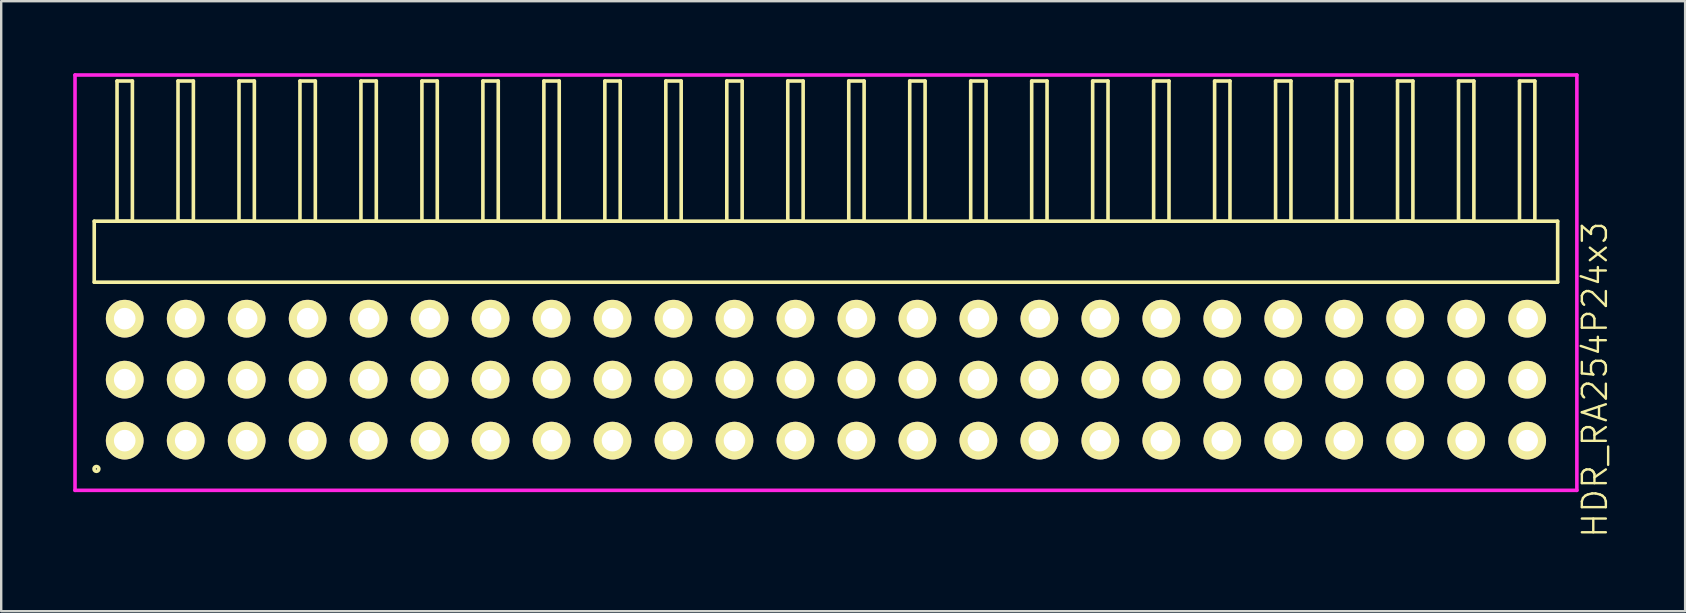
<source format=kicad_pcb>
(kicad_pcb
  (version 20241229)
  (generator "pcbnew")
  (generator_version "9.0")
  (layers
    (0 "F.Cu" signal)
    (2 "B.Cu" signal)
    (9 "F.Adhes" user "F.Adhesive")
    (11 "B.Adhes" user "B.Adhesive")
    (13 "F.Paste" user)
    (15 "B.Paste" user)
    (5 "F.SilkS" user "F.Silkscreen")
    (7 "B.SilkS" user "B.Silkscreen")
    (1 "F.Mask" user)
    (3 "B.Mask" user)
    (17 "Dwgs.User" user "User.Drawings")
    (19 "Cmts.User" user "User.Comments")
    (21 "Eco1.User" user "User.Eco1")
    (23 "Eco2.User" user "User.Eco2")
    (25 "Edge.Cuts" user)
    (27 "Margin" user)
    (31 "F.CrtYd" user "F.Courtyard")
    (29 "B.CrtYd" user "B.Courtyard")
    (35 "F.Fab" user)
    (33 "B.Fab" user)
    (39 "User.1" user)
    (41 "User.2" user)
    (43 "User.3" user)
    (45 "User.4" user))
  (footprint "HDR_RA254P24x3"
    (layer "F.Cu")
    (at 31.355 12.765)
    (property "Reference" "HDR_RA254P24x3" (at 32.03 0 90) (layer "F.SilkS") (effects (font (size 1 1) (thickness 0.1))))
    (attr through_hole)
    (fp_line (start -30.48 -6.6) (end -30.48 -4.06) (stroke (width 0.15) (type solid)) (layer "F.SilkS"))
    (fp_line (start -30.48 -4.06) (end 30.48 -4.06) (stroke (width 0.15) (type solid)) (layer "F.SilkS"))
    (fp_line (start -29.53 -12.44) (end -29.53 -6.6) (stroke (width 0.15) (type solid)) (layer "F.SilkS"))
    (fp_line (start -29.53 -6.6) (end -28.89 -6.6) (stroke (width 0.15) (type solid)) (layer "F.SilkS"))
    (fp_line (start -28.89 -12.44) (end -29.53 -12.44) (stroke (width 0.15) (type solid)) (layer "F.SilkS"))
    (fp_line (start -28.89 -6.6) (end -28.89 -12.44) (stroke (width 0.15) (type solid)) (layer "F.SilkS"))
    (fp_line (start -26.99 -12.44) (end -26.99 -6.6) (stroke (width 0.15) (type solid)) (layer "F.SilkS"))
    (fp_line (start -26.99 -6.6) (end -26.35 -6.6) (stroke (width 0.15) (type solid)) (layer "F.SilkS"))
    (fp_line (start -26.35 -12.44) (end -26.99 -12.44) (stroke (width 0.15) (type solid)) (layer "F.SilkS"))
    (fp_line (start -26.35 -6.6) (end -26.35 -12.44) (stroke (width 0.15) (type solid)) (layer "F.SilkS"))
    (fp_line (start -24.45 -12.44) (end -24.45 -6.6) (stroke (width 0.15) (type solid)) (layer "F.SilkS"))
    (fp_line (start -24.45 -6.6) (end -23.81 -6.6) (stroke (width 0.15) (type solid)) (layer "F.SilkS"))
    (fp_line (start -23.81 -12.44) (end -24.45 -12.44) (stroke (width 0.15) (type solid)) (layer "F.SilkS"))
    (fp_line (start -23.81 -6.6) (end -23.81 -12.44) (stroke (width 0.15) (type solid)) (layer "F.SilkS"))
    (fp_line (start -21.91 -12.44) (end -21.91 -6.6) (stroke (width 0.15) (type solid)) (layer "F.SilkS"))
    (fp_line (start -21.91 -6.6) (end -21.27 -6.6) (stroke (width 0.15) (type solid)) (layer "F.SilkS"))
    (fp_line (start -21.27 -12.44) (end -21.91 -12.44) (stroke (width 0.15) (type solid)) (layer "F.SilkS"))
    (fp_line (start -21.27 -6.6) (end -21.27 -12.44) (stroke (width 0.15) (type solid)) (layer "F.SilkS"))
    (fp_line (start -19.37 -12.44) (end -19.37 -6.6) (stroke (width 0.15) (type solid)) (layer "F.SilkS"))
    (fp_line (start -19.37 -6.6) (end -18.73 -6.6) (stroke (width 0.15) (type solid)) (layer "F.SilkS"))
    (fp_line (start -18.73 -12.44) (end -19.37 -12.44) (stroke (width 0.15) (type solid)) (layer "F.SilkS"))
    (fp_line (start -18.73 -6.6) (end -18.73 -12.44) (stroke (width 0.15) (type solid)) (layer "F.SilkS"))
    (fp_line (start -16.83 -12.44) (end -16.83 -6.6) (stroke (width 0.15) (type solid)) (layer "F.SilkS"))
    (fp_line (start -16.83 -6.6) (end -16.19 -6.6) (stroke (width 0.15) (type solid)) (layer "F.SilkS"))
    (fp_line (start -16.19 -12.44) (end -16.83 -12.44) (stroke (width 0.15) (type solid)) (layer "F.SilkS"))
    (fp_line (start -16.19 -6.6) (end -16.19 -12.44) (stroke (width 0.15) (type solid)) (layer "F.SilkS"))
    (fp_line (start -14.29 -12.44) (end -14.29 -6.6) (stroke (width 0.15) (type solid)) (layer "F.SilkS"))
    (fp_line (start -14.29 -6.6) (end -13.65 -6.6) (stroke (width 0.15) (type solid)) (layer "F.SilkS"))
    (fp_line (start -13.65 -12.44) (end -14.29 -12.44) (stroke (width 0.15) (type solid)) (layer "F.SilkS"))
    (fp_line (start -13.65 -6.6) (end -13.65 -12.44) (stroke (width 0.15) (type solid)) (layer "F.SilkS"))
    (fp_line (start -11.75 -12.44) (end -11.75 -6.6) (stroke (width 0.15) (type solid)) (layer "F.SilkS"))
    (fp_line (start -11.75 -6.6) (end -11.11 -6.6) (stroke (width 0.15) (type solid)) (layer "F.SilkS"))
    (fp_line (start -11.11 -12.44) (end -11.75 -12.44) (stroke (width 0.15) (type solid)) (layer "F.SilkS"))
    (fp_line (start -11.11 -6.6) (end -11.11 -12.44) (stroke (width 0.15) (type solid)) (layer "F.SilkS"))
    (fp_line (start -9.21 -12.44) (end -9.21 -6.6) (stroke (width 0.15) (type solid)) (layer "F.SilkS"))
    (fp_line (start -9.21 -6.6) (end -8.57 -6.6) (stroke (width 0.15) (type solid)) (layer "F.SilkS"))
    (fp_line (start -8.57 -12.44) (end -9.21 -12.44) (stroke (width 0.15) (type solid)) (layer "F.SilkS"))
    (fp_line (start -8.57 -6.6) (end -8.57 -12.44) (stroke (width 0.15) (type solid)) (layer "F.SilkS"))
    (fp_line (start -6.67 -12.44) (end -6.67 -6.6) (stroke (width 0.15) (type solid)) (layer "F.SilkS"))
    (fp_line (start -6.67 -6.6) (end -6.03 -6.6) (stroke (width 0.15) (type solid)) (layer "F.SilkS"))
    (fp_line (start -6.03 -12.44) (end -6.67 -12.44) (stroke (width 0.15) (type solid)) (layer "F.SilkS"))
    (fp_line (start -6.03 -6.6) (end -6.03 -12.44) (stroke (width 0.15) (type solid)) (layer "F.SilkS"))
    (fp_line (start -4.13 -12.44) (end -4.13 -6.6) (stroke (width 0.15) (type solid)) (layer "F.SilkS"))
    (fp_line (start -4.13 -6.6) (end -3.49 -6.6) (stroke (width 0.15) (type solid)) (layer "F.SilkS"))
    (fp_line (start -3.49 -12.44) (end -4.13 -12.44) (stroke (width 0.15) (type solid)) (layer "F.SilkS"))
    (fp_line (start -3.49 -6.6) (end -3.49 -12.44) (stroke (width 0.15) (type solid)) (layer "F.SilkS"))
    (fp_line (start -1.59 -12.44) (end -1.59 -6.6) (stroke (width 0.15) (type solid)) (layer "F.SilkS"))
    (fp_line (start -1.59 -6.6) (end -0.95 -6.6) (stroke (width 0.15) (type solid)) (layer "F.SilkS"))
    (fp_line (start -0.95 -12.44) (end -1.59 -12.44) (stroke (width 0.15) (type solid)) (layer "F.SilkS"))
    (fp_line (start -0.95 -6.6) (end -0.95 -12.44) (stroke (width 0.15) (type solid)) (layer "F.SilkS"))
    (fp_line (start 0.95 -12.44) (end 0.95 -6.6) (stroke (width 0.15) (type solid)) (layer "F.SilkS"))
    (fp_line (start 0.95 -6.6) (end 1.59 -6.6) (stroke (width 0.15) (type solid)) (layer "F.SilkS"))
    (fp_line (start 1.59 -12.44) (end 0.95 -12.44) (stroke (width 0.15) (type solid)) (layer "F.SilkS"))
    (fp_line (start 1.59 -6.6) (end 1.59 -12.44) (stroke (width 0.15) (type solid)) (layer "F.SilkS"))
    (fp_line (start 3.49 -12.44) (end 3.49 -6.6) (stroke (width 0.15) (type solid)) (layer "F.SilkS"))
    (fp_line (start 3.49 -6.6) (end 4.13 -6.6) (stroke (width 0.15) (type solid)) (layer "F.SilkS"))
    (fp_line (start 4.13 -12.44) (end 3.49 -12.44) (stroke (width 0.15) (type solid)) (layer "F.SilkS"))
    (fp_line (start 4.13 -6.6) (end 4.13 -12.44) (stroke (width 0.15) (type solid)) (layer "F.SilkS"))
    (fp_line (start 6.03 -12.44) (end 6.03 -6.6) (stroke (width 0.15) (type solid)) (layer "F.SilkS"))
    (fp_line (start 6.03 -6.6) (end 6.67 -6.6) (stroke (width 0.15) (type solid)) (layer "F.SilkS"))
    (fp_line (start 6.67 -12.44) (end 6.03 -12.44) (stroke (width 0.15) (type solid)) (layer "F.SilkS"))
    (fp_line (start 6.67 -6.6) (end 6.67 -12.44) (stroke (width 0.15) (type solid)) (layer "F.SilkS"))
    (fp_line (start 8.57 -12.44) (end 8.57 -6.6) (stroke (width 0.15) (type solid)) (layer "F.SilkS"))
    (fp_line (start 8.57 -6.6) (end 9.21 -6.6) (stroke (width 0.15) (type solid)) (layer "F.SilkS"))
    (fp_line (start 9.21 -12.44) (end 8.57 -12.44) (stroke (width 0.15) (type solid)) (layer "F.SilkS"))
    (fp_line (start 9.21 -6.6) (end 9.21 -12.44) (stroke (width 0.15) (type solid)) (layer "F.SilkS"))
    (fp_line (start 11.11 -12.44) (end 11.11 -6.6) (stroke (width 0.15) (type solid)) (layer "F.SilkS"))
    (fp_line (start 11.11 -6.6) (end 11.75 -6.6) (stroke (width 0.15) (type solid)) (layer "F.SilkS"))
    (fp_line (start 11.75 -12.44) (end 11.11 -12.44) (stroke (width 0.15) (type solid)) (layer "F.SilkS"))
    (fp_line (start 11.75 -6.6) (end 11.75 -12.44) (stroke (width 0.15) (type solid)) (layer "F.SilkS"))
    (fp_line (start 13.65 -12.44) (end 13.65 -6.6) (stroke (width 0.15) (type solid)) (layer "F.SilkS"))
    (fp_line (start 13.65 -6.6) (end 14.29 -6.6) (stroke (width 0.15) (type solid)) (layer "F.SilkS"))
    (fp_line (start 14.29 -12.44) (end 13.65 -12.44) (stroke (width 0.15) (type solid)) (layer "F.SilkS"))
    (fp_line (start 14.29 -6.6) (end 14.29 -12.44) (stroke (width 0.15) (type solid)) (layer "F.SilkS"))
    (fp_line (start 16.19 -12.44) (end 16.19 -6.6) (stroke (width 0.15) (type solid)) (layer "F.SilkS"))
    (fp_line (start 16.19 -6.6) (end 16.83 -6.6) (stroke (width 0.15) (type solid)) (layer "F.SilkS"))
    (fp_line (start 16.83 -12.44) (end 16.19 -12.44) (stroke (width 0.15) (type solid)) (layer "F.SilkS"))
    (fp_line (start 16.83 -6.6) (end 16.83 -12.44) (stroke (width 0.15) (type solid)) (layer "F.SilkS"))
    (fp_line (start 18.73 -12.44) (end 18.73 -6.6) (stroke (width 0.15) (type solid)) (layer "F.SilkS"))
    (fp_line (start 18.73 -6.6) (end 19.37 -6.6) (stroke (width 0.15) (type solid)) (layer "F.SilkS"))
    (fp_line (start 19.37 -12.44) (end 18.73 -12.44) (stroke (width 0.15) (type solid)) (layer "F.SilkS"))
    (fp_line (start 19.37 -6.6) (end 19.37 -12.44) (stroke (width 0.15) (type solid)) (layer "F.SilkS"))
    (fp_line (start 21.27 -12.44) (end 21.27 -6.6) (stroke (width 0.15) (type solid)) (layer "F.SilkS"))
    (fp_line (start 21.27 -6.6) (end 21.91 -6.6) (stroke (width 0.15) (type solid)) (layer "F.SilkS"))
    (fp_line (start 21.91 -12.44) (end 21.27 -12.44) (stroke (width 0.15) (type solid)) (layer "F.SilkS"))
    (fp_line (start 21.91 -6.6) (end 21.91 -12.44) (stroke (width 0.15) (type solid)) (layer "F.SilkS"))
    (fp_line (start 23.81 -12.44) (end 23.81 -6.6) (stroke (width 0.15) (type solid)) (layer "F.SilkS"))
    (fp_line (start 23.81 -6.6) (end 24.45 -6.6) (stroke (width 0.15) (type solid)) (layer "F.SilkS"))
    (fp_line (start 24.45 -12.44) (end 23.81 -12.44) (stroke (width 0.15) (type solid)) (layer "F.SilkS"))
    (fp_line (start 24.45 -6.6) (end 24.45 -12.44) (stroke (width 0.15) (type solid)) (layer "F.SilkS"))
    (fp_line (start 26.35 -12.44) (end 26.35 -6.6) (stroke (width 0.15) (type solid)) (layer "F.SilkS"))
    (fp_line (start 26.35 -6.6) (end 26.99 -6.6) (stroke (width 0.15) (type solid)) (layer "F.SilkS"))
    (fp_line (start 26.99 -12.44) (end 26.35 -12.44) (stroke (width 0.15) (type solid)) (layer "F.SilkS"))
    (fp_line (start 26.99 -6.6) (end 26.99 -12.44) (stroke (width 0.15) (type solid)) (layer "F.SilkS"))
    (fp_line (start 28.89 -12.44) (end 28.89 -6.6) (stroke (width 0.15) (type solid)) (layer "F.SilkS"))
    (fp_line (start 28.89 -6.6) (end 29.53 -6.6) (stroke (width 0.15) (type solid)) (layer "F.SilkS"))
    (fp_line (start 29.53 -12.44) (end 28.89 -12.44) (stroke (width 0.15) (type solid)) (layer "F.SilkS"))
    (fp_line (start 29.53 -6.6) (end 29.53 -12.44) (stroke (width 0.15) (type solid)) (layer "F.SilkS"))
    (fp_line (start 30.48 -6.6) (end -30.48 -6.6) (stroke (width 0.15) (type solid)) (layer "F.SilkS"))
    (fp_line (start 30.48 -4.06) (end 30.48 -6.6) (stroke (width 0.15) (type solid)) (layer "F.SilkS"))
    (fp_circle (center -30.388 3.718) (end -30.287 3.718) (stroke (width 0.15) (type solid)) (fill no) (layer "F.SilkS"))
    (fp_line (start -31.28 -12.69) (end -31.28 4.61) (stroke (width 0.15) (type solid)) (layer "F.CrtYd"))
    (fp_line (start -31.28 4.61) (end 31.28 4.61) (stroke (width 0.15) (type solid)) (layer "F.CrtYd"))
    (fp_line (start 31.28 -12.69) (end -31.28 -12.69) (stroke (width 0.15) (type solid)) (layer "F.CrtYd"))
    (fp_line (start 31.28 4.61) (end 31.28 -12.69) (stroke (width 0.15) (type solid)) (layer "F.CrtYd"))
    (pad "1" thru_hole oval (at -29.21 2.54) (size 1.57 1.57) (drill 0.9) (layers "*.Cu" "*.Mask" "F.SilkS"))
    (pad "2" thru_hole oval (at -29.21 0) (size 1.57 1.57) (drill 0.9) (layers "*.Cu" "*.Mask" "F.SilkS"))
    (pad "3" thru_hole oval (at -29.21 -2.54) (size 1.57 1.57) (drill 0.9) (layers "*.Cu" "*.Mask" "F.SilkS"))
    (pad "4" thru_hole oval (at -26.67 2.54) (size 1.57 1.57) (drill 0.9) (layers "*.Cu" "*.Mask" "F.SilkS"))
    (pad "5" thru_hole oval (at -26.67 0) (size 1.57 1.57) (drill 0.9) (layers "*.Cu" "*.Mask" "F.SilkS"))
    (pad "6" thru_hole oval (at -26.67 -2.54) (size 1.57 1.57) (drill 0.9) (layers "*.Cu" "*.Mask" "F.SilkS"))
    (pad "7" thru_hole oval (at -24.13 2.54) (size 1.57 1.57) (drill 0.9) (layers "*.Cu" "*.Mask" "F.SilkS"))
    (pad "8" thru_hole oval (at -24.13 0) (size 1.57 1.57) (drill 0.9) (layers "*.Cu" "*.Mask" "F.SilkS"))
    (pad "9" thru_hole oval (at -24.13 -2.54) (size 1.57 1.57) (drill 0.9) (layers "*.Cu" "*.Mask" "F.SilkS"))
    (pad "10" thru_hole oval (at -21.59 2.54) (size 1.57 1.57) (drill 0.9) (layers "*.Cu" "*.Mask" "F.SilkS"))
    (pad "11" thru_hole oval (at -21.59 0) (size 1.57 1.57) (drill 0.9) (layers "*.Cu" "*.Mask" "F.SilkS"))
    (pad "12" thru_hole oval (at -21.59 -2.54) (size 1.57 1.57) (drill 0.9) (layers "*.Cu" "*.Mask" "F.SilkS"))
    (pad "13" thru_hole oval (at -19.05 2.54) (size 1.57 1.57) (drill 0.9) (layers "*.Cu" "*.Mask" "F.SilkS"))
    (pad "14" thru_hole oval (at -19.05 0) (size 1.57 1.57) (drill 0.9) (layers "*.Cu" "*.Mask" "F.SilkS"))
    (pad "15" thru_hole oval (at -19.05 -2.54) (size 1.57 1.57) (drill 0.9) (layers "*.Cu" "*.Mask" "F.SilkS"))
    (pad "16" thru_hole oval (at -16.51 2.54) (size 1.57 1.57) (drill 0.9) (layers "*.Cu" "*.Mask" "F.SilkS"))
    (pad "17" thru_hole oval (at -16.51 0) (size 1.57 1.57) (drill 0.9) (layers "*.Cu" "*.Mask" "F.SilkS"))
    (pad "18" thru_hole oval (at -16.51 -2.54) (size 1.57 1.57) (drill 0.9) (layers "*.Cu" "*.Mask" "F.SilkS"))
    (pad "19" thru_hole oval (at -13.97 2.54) (size 1.57 1.57) (drill 0.9) (layers "*.Cu" "*.Mask" "F.SilkS"))
    (pad "20" thru_hole oval (at -13.97 0) (size 1.57 1.57) (drill 0.9) (layers "*.Cu" "*.Mask" "F.SilkS"))
    (pad "21" thru_hole oval (at -13.97 -2.54) (size 1.57 1.57) (drill 0.9) (layers "*.Cu" "*.Mask" "F.SilkS"))
    (pad "22" thru_hole oval (at -11.43 2.54) (size 1.57 1.57) (drill 0.9) (layers "*.Cu" "*.Mask" "F.SilkS"))
    (pad "23" thru_hole oval (at -11.43 0) (size 1.57 1.57) (drill 0.9) (layers "*.Cu" "*.Mask" "F.SilkS"))
    (pad "24" thru_hole oval (at -11.43 -2.54) (size 1.57 1.57) (drill 0.9) (layers "*.Cu" "*.Mask" "F.SilkS"))
    (pad "25" thru_hole oval (at -8.89 2.54) (size 1.57 1.57) (drill 0.9) (layers "*.Cu" "*.Mask" "F.SilkS"))
    (pad "26" thru_hole oval (at -8.89 0) (size 1.57 1.57) (drill 0.9) (layers "*.Cu" "*.Mask" "F.SilkS"))
    (pad "27" thru_hole oval (at -8.89 -2.54) (size 1.57 1.57) (drill 0.9) (layers "*.Cu" "*.Mask" "F.SilkS"))
    (pad "28" thru_hole oval (at -6.35 2.54) (size 1.57 1.57) (drill 0.9) (layers "*.Cu" "*.Mask" "F.SilkS"))
    (pad "29" thru_hole oval (at -6.35 0) (size 1.57 1.57) (drill 0.9) (layers "*.Cu" "*.Mask" "F.SilkS"))
    (pad "30" thru_hole oval (at -6.35 -2.54) (size 1.57 1.57) (drill 0.9) (layers "*.Cu" "*.Mask" "F.SilkS"))
    (pad "31" thru_hole oval (at -3.81 2.54) (size 1.57 1.57) (drill 0.9) (layers "*.Cu" "*.Mask" "F.SilkS"))
    (pad "32" thru_hole oval (at -3.81 0) (size 1.57 1.57) (drill 0.9) (layers "*.Cu" "*.Mask" "F.SilkS"))
    (pad "33" thru_hole oval (at -3.81 -2.54) (size 1.57 1.57) (drill 0.9) (layers "*.Cu" "*.Mask" "F.SilkS"))
    (pad "34" thru_hole oval (at -1.27 2.54) (size 1.57 1.57) (drill 0.9) (layers "*.Cu" "*.Mask" "F.SilkS"))
    (pad "35" thru_hole oval (at -1.27 0) (size 1.57 1.57) (drill 0.9) (layers "*.Cu" "*.Mask" "F.SilkS"))
    (pad "36" thru_hole oval (at -1.27 -2.54) (size 1.57 1.57) (drill 0.9) (layers "*.Cu" "*.Mask" "F.SilkS"))
    (pad "37" thru_hole oval (at 1.27 2.54) (size 1.57 1.57) (drill 0.9) (layers "*.Cu" "*.Mask" "F.SilkS"))
    (pad "38" thru_hole oval (at 1.27 0) (size 1.57 1.57) (drill 0.9) (layers "*.Cu" "*.Mask" "F.SilkS"))
    (pad "39" thru_hole oval (at 1.27 -2.54) (size 1.57 1.57) (drill 0.9) (layers "*.Cu" "*.Mask" "F.SilkS"))
    (pad "40" thru_hole oval (at 3.81 2.54) (size 1.57 1.57) (drill 0.9) (layers "*.Cu" "*.Mask" "F.SilkS"))
    (pad "41" thru_hole oval (at 3.81 0) (size 1.57 1.57) (drill 0.9) (layers "*.Cu" "*.Mask" "F.SilkS"))
    (pad "42" thru_hole oval (at 3.81 -2.54) (size 1.57 1.57) (drill 0.9) (layers "*.Cu" "*.Mask" "F.SilkS"))
    (pad "43" thru_hole oval (at 6.35 2.54) (size 1.57 1.57) (drill 0.9) (layers "*.Cu" "*.Mask" "F.SilkS"))
    (pad "44" thru_hole oval (at 6.35 0) (size 1.57 1.57) (drill 0.9) (layers "*.Cu" "*.Mask" "F.SilkS"))
    (pad "45" thru_hole oval (at 6.35 -2.54) (size 1.57 1.57) (drill 0.9) (layers "*.Cu" "*.Mask" "F.SilkS"))
    (pad "46" thru_hole oval (at 8.89 2.54) (size 1.57 1.57) (drill 0.9) (layers "*.Cu" "*.Mask" "F.SilkS"))
    (pad "47" thru_hole oval (at 8.89 0) (size 1.57 1.57) (drill 0.9) (layers "*.Cu" "*.Mask" "F.SilkS"))
    (pad "48" thru_hole oval (at 8.89 -2.54) (size 1.57 1.57) (drill 0.9) (layers "*.Cu" "*.Mask" "F.SilkS"))
    (pad "49" thru_hole oval (at 11.43 2.54) (size 1.57 1.57) (drill 0.9) (layers "*.Cu" "*.Mask" "F.SilkS"))
    (pad "50" thru_hole oval (at 11.43 0) (size 1.57 1.57) (drill 0.9) (layers "*.Cu" "*.Mask" "F.SilkS"))
    (pad "51" thru_hole oval (at 11.43 -2.54) (size 1.57 1.57) (drill 0.9) (layers "*.Cu" "*.Mask" "F.SilkS"))
    (pad "52" thru_hole oval (at 13.97 2.54) (size 1.57 1.57) (drill 0.9) (layers "*.Cu" "*.Mask" "F.SilkS"))
    (pad "53" thru_hole oval (at 13.97 0) (size 1.57 1.57) (drill 0.9) (layers "*.Cu" "*.Mask" "F.SilkS"))
    (pad "54" thru_hole oval (at 13.97 -2.54) (size 1.57 1.57) (drill 0.9) (layers "*.Cu" "*.Mask" "F.SilkS"))
    (pad "55" thru_hole oval (at 16.51 2.54) (size 1.57 1.57) (drill 0.9) (layers "*.Cu" "*.Mask" "F.SilkS"))
    (pad "56" thru_hole oval (at 16.51 0) (size 1.57 1.57) (drill 0.9) (layers "*.Cu" "*.Mask" "F.SilkS"))
    (pad "57" thru_hole oval (at 16.51 -2.54) (size 1.57 1.57) (drill 0.9) (layers "*.Cu" "*.Mask" "F.SilkS"))
    (pad "58" thru_hole oval (at 19.05 2.54) (size 1.57 1.57) (drill 0.9) (layers "*.Cu" "*.Mask" "F.SilkS"))
    (pad "59" thru_hole oval (at 19.05 0) (size 1.57 1.57) (drill 0.9) (layers "*.Cu" "*.Mask" "F.SilkS"))
    (pad "60" thru_hole oval (at 19.05 -2.54) (size 1.57 1.57) (drill 0.9) (layers "*.Cu" "*.Mask" "F.SilkS"))
    (pad "61" thru_hole oval (at 21.59 2.54) (size 1.57 1.57) (drill 0.9) (layers "*.Cu" "*.Mask" "F.SilkS"))
    (pad "62" thru_hole oval (at 21.59 0) (size 1.57 1.57) (drill 0.9) (layers "*.Cu" "*.Mask" "F.SilkS"))
    (pad "63" thru_hole oval (at 21.59 -2.54) (size 1.57 1.57) (drill 0.9) (layers "*.Cu" "*.Mask" "F.SilkS"))
    (pad "64" thru_hole oval (at 24.13 2.54) (size 1.57 1.57) (drill 0.9) (layers "*.Cu" "*.Mask" "F.SilkS"))
    (pad "65" thru_hole oval (at 24.13 0) (size 1.57 1.57) (drill 0.9) (layers "*.Cu" "*.Mask" "F.SilkS"))
    (pad "66" thru_hole oval (at 24.13 -2.54) (size 1.57 1.57) (drill 0.9) (layers "*.Cu" "*.Mask" "F.SilkS"))
    (pad "67" thru_hole oval (at 26.67 2.54) (size 1.57 1.57) (drill 0.9) (layers "*.Cu" "*.Mask" "F.SilkS"))
    (pad "68" thru_hole oval (at 26.67 0) (size 1.57 1.57) (drill 0.9) (layers "*.Cu" "*.Mask" "F.SilkS"))
    (pad "69" thru_hole oval (at 26.67 -2.54) (size 1.57 1.57) (drill 0.9) (layers "*.Cu" "*.Mask" "F.SilkS"))
    (pad "70" thru_hole oval (at 29.21 2.54) (size 1.57 1.57) (drill 0.9) (layers "*.Cu" "*.Mask" "F.SilkS"))
    (pad "71" thru_hole oval (at 29.21 0) (size 1.57 1.57) (drill 0.9) (layers "*.Cu" "*.Mask" "F.SilkS"))
    (pad "72" thru_hole oval (at 29.21 -2.54) (size 1.57 1.57) (drill 0.9) (layers "*.Cu" "*.Mask" "F.SilkS")))
  (gr_rect
    (start -3 -3)
    (end 67.145 22.41)
    (stroke (width 0.1) (type default))
    (fill no)
    (layer "Edge.Cuts")))
</source>
